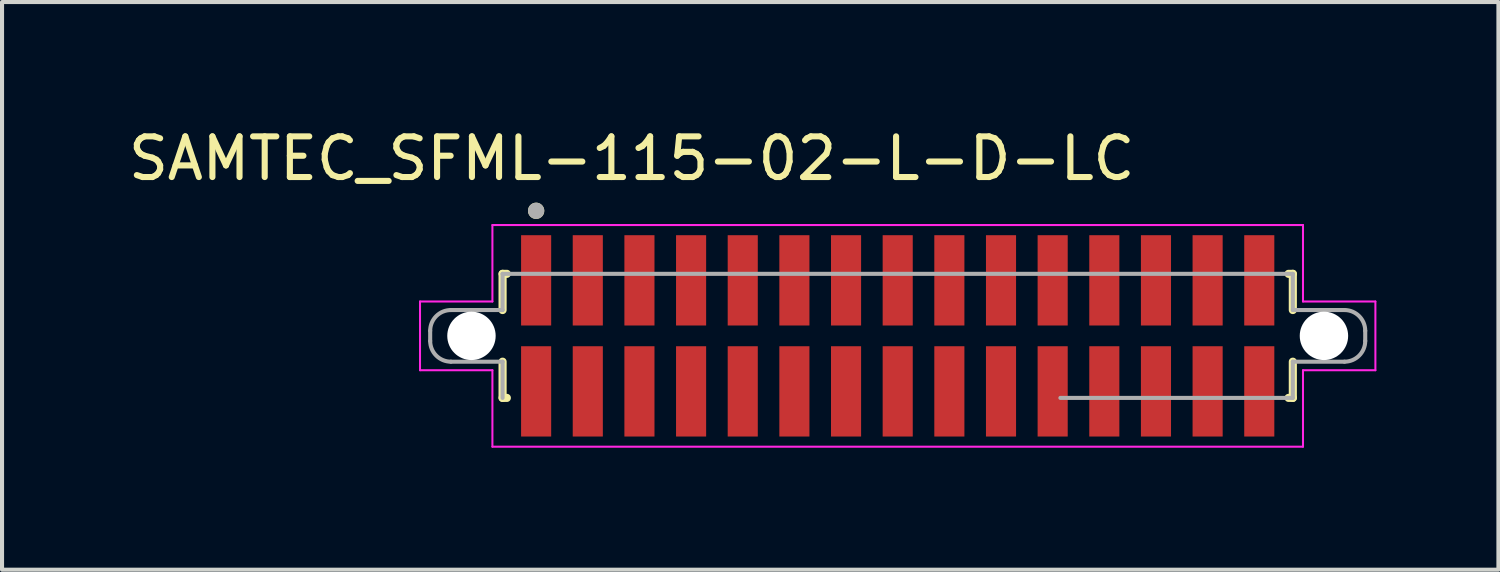
<source format=kicad_pcb>
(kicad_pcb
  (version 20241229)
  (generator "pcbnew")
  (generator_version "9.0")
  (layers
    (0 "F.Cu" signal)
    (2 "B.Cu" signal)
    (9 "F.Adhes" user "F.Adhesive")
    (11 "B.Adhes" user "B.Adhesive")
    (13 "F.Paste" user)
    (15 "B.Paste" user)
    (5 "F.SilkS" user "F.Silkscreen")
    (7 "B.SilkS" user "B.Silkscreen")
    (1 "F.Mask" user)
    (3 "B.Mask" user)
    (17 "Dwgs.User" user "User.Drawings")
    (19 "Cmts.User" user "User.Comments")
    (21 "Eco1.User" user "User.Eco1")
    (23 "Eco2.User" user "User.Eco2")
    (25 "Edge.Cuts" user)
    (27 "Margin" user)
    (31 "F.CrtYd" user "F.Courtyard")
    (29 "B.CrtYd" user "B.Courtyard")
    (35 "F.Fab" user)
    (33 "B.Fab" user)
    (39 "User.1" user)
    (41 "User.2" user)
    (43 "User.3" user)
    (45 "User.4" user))
  (footprint "SAMTEC_SFML-115-02-L-D-LC"
    (layer "F.Cu")
    (at 19.022 5.208)
    (property "Reference" "SAMTEC_SFML-115-02-L-D-LC" (at -6.54 -4.36 0) (layer "F.SilkS") (effects (font (size 1 1) (thickness 0.15))))
    (attr smd)
    (fp_line (start -9.715 -1.525) (end -9.715 -0.635) (stroke (width 0.2) (type solid)) (layer "F.SilkS"))
    (fp_line (start -9.715 -1.525) (end -9.61 -1.525) (stroke (width 0.2) (type solid)) (layer "F.SilkS"))
    (fp_line (start -9.715 0.635) (end -9.715 1.525) (stroke (width 0.2) (type solid)) (layer "F.SilkS"))
    (fp_line (start -9.715 1.525) (end -9.61 1.525) (stroke (width 0.2) (type solid)) (layer "F.SilkS"))
    (fp_line (start 9.715 -1.525) (end 9.61 -1.525) (stroke (width 0.2) (type solid)) (layer "F.SilkS"))
    (fp_line (start 9.715 -1.525) (end 9.715 -0.635) (stroke (width 0.2) (type solid)) (layer "F.SilkS"))
    (fp_line (start 9.715 0.635) (end 9.715 1.525) (stroke (width 0.2) (type solid)) (layer "F.SilkS"))
    (fp_line (start 9.715 1.525) (end 9.61 1.525) (stroke (width 0.2) (type solid)) (layer "F.SilkS"))
    (fp_circle (center -8.89 -3.075) (end -8.79 -3.075) (stroke (width 0.2) (type solid)) (fill no) (layer "F.SilkS"))
    (fp_line (start -11.745 -0.845) (end -9.965 -0.845) (stroke (width 0.05) (type solid)) (layer "F.CrtYd"))
    (fp_line (start -11.745 0.845) (end -11.745 -0.845) (stroke (width 0.05) (type solid)) (layer "F.CrtYd"))
    (fp_line (start -9.965 -2.725) (end 9.965 -2.725) (stroke (width 0.05) (type solid)) (layer "F.CrtYd"))
    (fp_line (start -9.965 -0.845) (end -9.965 -2.725) (stroke (width 0.05) (type solid)) (layer "F.CrtYd"))
    (fp_line (start -9.965 0.845) (end -11.745 0.845) (stroke (width 0.05) (type solid)) (layer "F.CrtYd"))
    (fp_line (start -9.965 2.725) (end -9.965 0.845) (stroke (width 0.05) (type solid)) (layer "F.CrtYd"))
    (fp_line (start 9.965 -2.725) (end 9.965 -0.845) (stroke (width 0.05) (type solid)) (layer "F.CrtYd"))
    (fp_line (start 9.965 -0.845) (end 11.745 -0.845) (stroke (width 0.05) (type solid)) (layer "F.CrtYd"))
    (fp_line (start 9.965 0.845) (end 9.965 2.725) (stroke (width 0.05) (type solid)) (layer "F.CrtYd"))
    (fp_line (start 9.965 2.725) (end -9.965 2.725) (stroke (width 0.05) (type solid)) (layer "F.CrtYd"))
    (fp_line (start 11.745 -0.845) (end 11.745 0.845) (stroke (width 0.05) (type solid)) (layer "F.CrtYd"))
    (fp_line (start 11.745 0.845) (end 9.965 0.845) (stroke (width 0.05) (type solid)) (layer "F.CrtYd"))
    (fp_line (start -11.495 0.125) (end -11.495 -0.125) (stroke (width 0.1) (type solid)) (layer "F.Fab"))
    (fp_line (start -10.985 -0.635) (end -9.715 -0.635) (stroke (width 0.1) (type solid)) (layer "F.Fab"))
    (fp_line (start -9.715 -1.525) (end 9.715 -1.525) (stroke (width 0.1) (type solid)) (layer "F.Fab"))
    (fp_line (start -9.715 -0.635) (end -9.715 -1.525) (stroke (width 0.1) (type solid)) (layer "F.Fab"))
    (fp_line (start -9.715 0.635) (end -10.985 0.635) (stroke (width 0.1) (type solid)) (layer "F.Fab"))
    (fp_line (start -9.715 1.525) (end -9.715 0.635) (stroke (width 0.1) (type solid)) (layer "F.Fab"))
    (fp_line (start 9.715 -1.525) (end 9.715 -0.635) (stroke (width 0.1) (type solid)) (layer "F.Fab"))
    (fp_line (start 9.715 -0.635) (end 10.985 -0.635) (stroke (width 0.1) (type solid)) (layer "F.Fab"))
    (fp_line (start 9.715 0.635) (end 9.715 1.525) (stroke (width 0.1) (type solid)) (layer "F.Fab"))
    (fp_line (start 9.715 1.525) (end 4 1.525) (stroke (width 0.1) (type solid)) (layer "F.Fab"))
    (fp_line (start 10.985 0.635) (end 9.715 0.635) (stroke (width 0.1) (type solid)) (layer "F.Fab"))
    (fp_line (start 11.495 -0.125) (end 11.495 0.125) (stroke (width 0.1) (type solid)) (layer "F.Fab"))
    (fp_arc (start -11.495 -0.125) (mid -11.345624 -0.485624) (end -10.985 -0.635) (stroke (width 0.1) (type solid)) (layer "F.Fab"))
    (fp_arc (start -10.985 0.635) (mid -11.345624 0.485624) (end -11.495 0.125) (stroke (width 0.1) (type solid)) (layer "F.Fab"))
    (fp_arc (start 10.985 -0.635) (mid 11.345624 -0.485624) (end 11.495 -0.125) (stroke (width 0.1) (type solid)) (layer "F.Fab"))
    (fp_arc (start 11.495 0.125) (mid 11.345624 0.485624) (end 10.985 0.635) (stroke (width 0.1) (type solid)) (layer "F.Fab"))
    (fp_circle (center -8.89 -3.075) (end -8.79 -3.075) (stroke (width 0.2) (type solid)) (fill no) (layer "F.Fab"))
    (pad "" np_thru_hole circle (at -10.48 0) (size 1.19 1.19) (drill 1.19) (layers "*.Cu" "*.Mask"))
    (pad "" np_thru_hole circle (at 10.48 0) (size 1.19 1.19) (drill 1.19) (layers "*.Cu" "*.Mask"))
    (pad "1" smd rect (at -8.89 -1.365) (size 0.74 2.22) (layers "F.Cu" "F.Mask" "F.Paste"))
    (pad "2" smd rect (at -8.89 1.365) (size 0.74 2.22) (layers "F.Cu" "F.Mask" "F.Paste"))
    (pad "3" smd rect (at -7.62 -1.365) (size 0.74 2.22) (layers "F.Cu" "F.Mask" "F.Paste"))
    (pad "4" smd rect (at -7.62 1.365) (size 0.74 2.22) (layers "F.Cu" "F.Mask" "F.Paste"))
    (pad "5" smd rect (at -6.35 -1.365) (size 0.74 2.22) (layers "F.Cu" "F.Mask" "F.Paste"))
    (pad "6" smd rect (at -6.35 1.365) (size 0.74 2.22) (layers "F.Cu" "F.Mask" "F.Paste"))
    (pad "7" smd rect (at -5.08 -1.365) (size 0.74 2.22) (layers "F.Cu" "F.Mask" "F.Paste"))
    (pad "8" smd rect (at -5.08 1.365) (size 0.74 2.22) (layers "F.Cu" "F.Mask" "F.Paste"))
    (pad "9" smd rect (at -3.81 -1.365) (size 0.74 2.22) (layers "F.Cu" "F.Mask" "F.Paste"))
    (pad "10" smd rect (at -3.81 1.365) (size 0.74 2.22) (layers "F.Cu" "F.Mask" "F.Paste"))
    (pad "11" smd rect (at -2.54 -1.365) (size 0.74 2.22) (layers "F.Cu" "F.Mask" "F.Paste"))
    (pad "12" smd rect (at -2.54 1.365) (size 0.74 2.22) (layers "F.Cu" "F.Mask" "F.Paste"))
    (pad "13" smd rect (at -1.27 -1.365) (size 0.74 2.22) (layers "F.Cu" "F.Mask" "F.Paste"))
    (pad "14" smd rect (at -1.27 1.365) (size 0.74 2.22) (layers "F.Cu" "F.Mask" "F.Paste"))
    (pad "15" smd rect (at 0 -1.365) (size 0.74 2.22) (layers "F.Cu" "F.Mask" "F.Paste"))
    (pad "16" smd rect (at 0 1.365) (size 0.74 2.22) (layers "F.Cu" "F.Mask" "F.Paste"))
    (pad "17" smd rect (at 1.27 -1.365) (size 0.74 2.22) (layers "F.Cu" "F.Mask" "F.Paste"))
    (pad "18" smd rect (at 1.27 1.365) (size 0.74 2.22) (layers "F.Cu" "F.Mask" "F.Paste"))
    (pad "19" smd rect (at 2.54 -1.365) (size 0.74 2.22) (layers "F.Cu" "F.Mask" "F.Paste"))
    (pad "20" smd rect (at 2.54 1.365) (size 0.74 2.22) (layers "F.Cu" "F.Mask" "F.Paste"))
    (pad "21" smd rect (at 3.81 -1.365) (size 0.74 2.22) (layers "F.Cu" "F.Mask" "F.Paste"))
    (pad "22" smd rect (at 3.81 1.365) (size 0.74 2.22) (layers "F.Cu" "F.Mask" "F.Paste"))
    (pad "23" smd rect (at 5.08 -1.365) (size 0.74 2.22) (layers "F.Cu" "F.Mask" "F.Paste"))
    (pad "24" smd rect (at 5.08 1.365) (size 0.74 2.22) (layers "F.Cu" "F.Mask" "F.Paste"))
    (pad "25" smd rect (at 6.35 -1.365) (size 0.74 2.22) (layers "F.Cu" "F.Mask" "F.Paste"))
    (pad "26" smd rect (at 6.35 1.365) (size 0.74 2.22) (layers "F.Cu" "F.Mask" "F.Paste"))
    (pad "27" smd rect (at 7.62 -1.365) (size 0.74 2.22) (layers "F.Cu" "F.Mask" "F.Paste"))
    (pad "28" smd rect (at 7.62 1.365) (size 0.74 2.22) (layers "F.Cu" "F.Mask" "F.Paste"))
    (pad "29" smd rect (at 8.89 -1.365) (size 0.74 2.22) (layers "F.Cu" "F.Mask" "F.Paste"))
    (pad "30" smd rect (at 8.89 1.365) (size 0.74 2.22) (layers "F.Cu" "F.Mask" "F.Paste")))
  (gr_rect
    (start -3 -3)
    (end 33.792 10.958)
    (stroke (width 0.1) (type default))
    (fill no)
    (layer "Edge.Cuts")))
</source>
